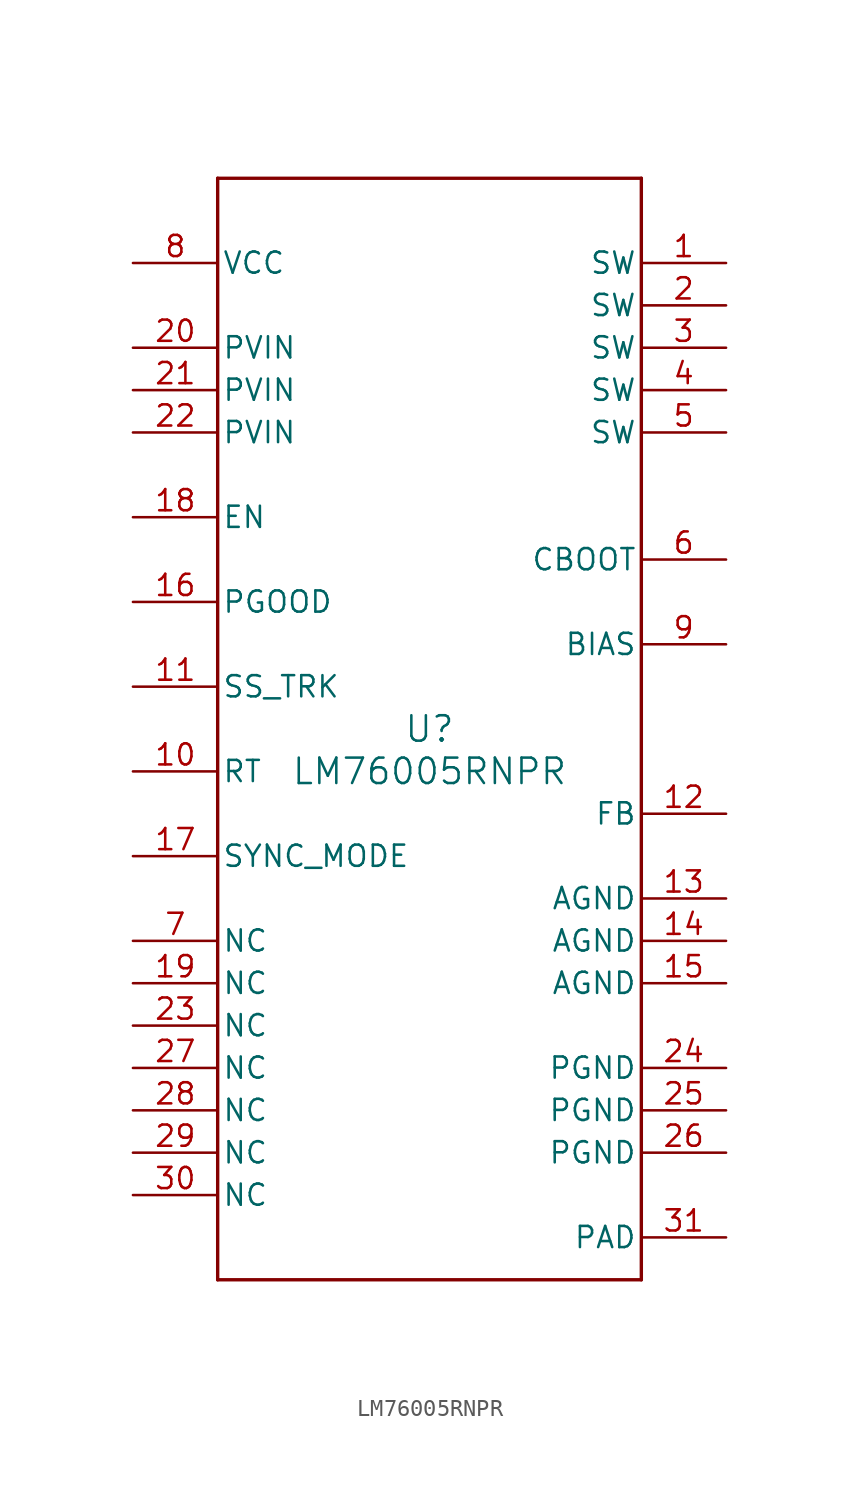
<source format=kicad_sym>
(kicad_symbol_lib
  (version 20231120)
  (generator "kicad_symbol_editor")
  (generator_version "8.0")
  (symbol "LM76005RNPR"
    (pin_names
      (offset 0.254))
    (property "Reference" "U"
      (at 0 2.54 0)
      (effects (font (size 1.524 1.524))))
    (property "Value" "LM76005RNPR"
      (at 0 0 0)
      (effects (font (size 1.524 1.524))))
    (symbol "LM76005RNPR_0_1"
      (polyline (pts (xy -12.7 -30.48) (xy 12.7 -30.48)) (stroke (width 0.203) (type default)) (fill (type none)))
      (polyline (pts (xy -12.7 35.56) (xy -12.7 -30.48)) (stroke (width 0.203) (type default)) (fill (type none)))
      (polyline (pts (xy 12.7 -30.48) (xy 12.7 35.56)) (stroke (width 0.203) (type default)) (fill (type none)))
      (polyline (pts (xy 12.7 35.56) (xy -12.7 35.56)) (stroke (width 0.203) (type default)) (fill (type none)))
      (pin power_in line (at 17.78 30.48 180) (length 5.08) (name "SW" (effects (font (size 1.27 1.27)))) (number "1" (effects (font (size 1.27 1.27)))))
      (pin input line (at -17.78 0 0) (length 5.08) (name "RT" (effects (font (size 1.27 1.27)))) (number "10" (effects (font (size 1.27 1.27)))))
      (pin input line (at -17.78 5.08 0) (length 5.08) (name "SS_TRK" (effects (font (size 1.27 1.27)))) (number "11" (effects (font (size 1.27 1.27)))))
      (pin input line (at 17.78 -2.54 180) (length 5.08) (name "FB" (effects (font (size 1.27 1.27)))) (number "12" (effects (font (size 1.27 1.27)))))
      (pin power_in line (at 17.78 -7.62 180) (length 5.08) (name "AGND" (effects (font (size 1.27 1.27)))) (number "13" (effects (font (size 1.27 1.27)))))
      (pin power_in line (at 17.78 -10.16 180) (length 5.08) (name "AGND" (effects (font (size 1.27 1.27)))) (number "14" (effects (font (size 1.27 1.27)))))
      (pin power_in line (at 17.78 -12.7 180) (length 5.08) (name "AGND" (effects (font (size 1.27 1.27)))) (number "15" (effects (font (size 1.27 1.27)))))
      (pin open_collector line (at -17.78 10.16 0) (length 5.08) (name "PGOOD" (effects (font (size 1.27 1.27)))) (number "16" (effects (font (size 1.27 1.27)))))
      (pin input line (at -17.78 -5.08 0) (length 5.08) (name "SYNC_MODE" (effects (font (size 1.27 1.27)))) (number "17" (effects (font (size 1.27 1.27)))))
      (pin input line (at -17.78 15.24 0) (length 5.08) (name "EN" (effects (font (size 1.27 1.27)))) (number "18" (effects (font (size 1.27 1.27)))))
      (pin unspecified line (at -17.78 -12.7 0) (length 5.08) (name "NC" (effects (font (size 1.27 1.27)))) (number "19" (effects (font (size 1.27 1.27)))))
      (pin power_in line (at 17.78 27.94 180) (length 5.08) (name "SW" (effects (font (size 1.27 1.27)))) (number "2" (effects (font (size 1.27 1.27)))))
      (pin power_in line (at -17.78 25.4 0) (length 5.08) (name "PVIN" (effects (font (size 1.27 1.27)))) (number "20" (effects (font (size 1.27 1.27)))))
      (pin power_in line (at -17.78 22.86 0) (length 5.08) (name "PVIN" (effects (font (size 1.27 1.27)))) (number "21" (effects (font (size 1.27 1.27)))))
      (pin power_in line (at -17.78 20.32 0) (length 5.08) (name "PVIN" (effects (font (size 1.27 1.27)))) (number "22" (effects (font (size 1.27 1.27)))))
      (pin unspecified line (at -17.78 -15.24 0) (length 5.08) (name "NC" (effects (font (size 1.27 1.27)))) (number "23" (effects (font (size 1.27 1.27)))))
      (pin power_in line (at 17.78 -17.78 180) (length 5.08) (name "PGND" (effects (font (size 1.27 1.27)))) (number "24" (effects (font (size 1.27 1.27)))))
      (pin power_in line (at 17.78 -20.32 180) (length 5.08) (name "PGND" (effects (font (size 1.27 1.27)))) (number "25" (effects (font (size 1.27 1.27)))))
      (pin power_in line (at 17.78 -22.86 180) (length 5.08) (name "PGND" (effects (font (size 1.27 1.27)))) (number "26" (effects (font (size 1.27 1.27)))))
      (pin unspecified line (at -17.78 -17.78 0) (length 5.08) (name "NC" (effects (font (size 1.27 1.27)))) (number "27" (effects (font (size 1.27 1.27)))))
      (pin unspecified line (at -17.78 -20.32 0) (length 5.08) (name "NC" (effects (font (size 1.27 1.27)))) (number "28" (effects (font (size 1.27 1.27)))))
      (pin unspecified line (at -17.78 -22.86 0) (length 5.08) (name "NC" (effects (font (size 1.27 1.27)))) (number "29" (effects (font (size 1.27 1.27)))))
      (pin power_in line (at 17.78 25.4 180) (length 5.08) (name "SW" (effects (font (size 1.27 1.27)))) (number "3" (effects (font (size 1.27 1.27)))))
      (pin unspecified line (at -17.78 -25.4 0) (length 5.08) (name "NC" (effects (font (size 1.27 1.27)))) (number "30" (effects (font (size 1.27 1.27)))))
      (pin power_in line (at 17.78 -27.94 180) (length 5.08) (name "PAD" (effects (font (size 1.27 1.27)))) (number "31" (effects (font (size 1.27 1.27)))))
      (pin power_in line (at 17.78 22.86 180) (length 5.08) (name "SW" (effects (font (size 1.27 1.27)))) (number "4" (effects (font (size 1.27 1.27)))))
      (pin power_in line (at 17.78 20.32 180) (length 5.08) (name "SW" (effects (font (size 1.27 1.27)))) (number "5" (effects (font (size 1.27 1.27)))))
      (pin power_in line (at 17.78 12.7 180) (length 5.08) (name "CBOOT" (effects (font (size 1.27 1.27)))) (number "6" (effects (font (size 1.27 1.27)))))
      (pin unspecified line (at -17.78 -10.16 0) (length 5.08) (name "NC" (effects (font (size 1.27 1.27)))) (number "7" (effects (font (size 1.27 1.27)))))
      (pin power_in line (at -17.78 30.48 0) (length 5.08) (name "VCC" (effects (font (size 1.27 1.27)))) (number "8" (effects (font (size 1.27 1.27)))))
      (pin unspecified line (at 17.78 7.62 180) (length 5.08) (name "BIAS" (effects (font (size 1.27 1.27)))) (number "9" (effects (font (size 1.27 1.27))))))))
</source>
